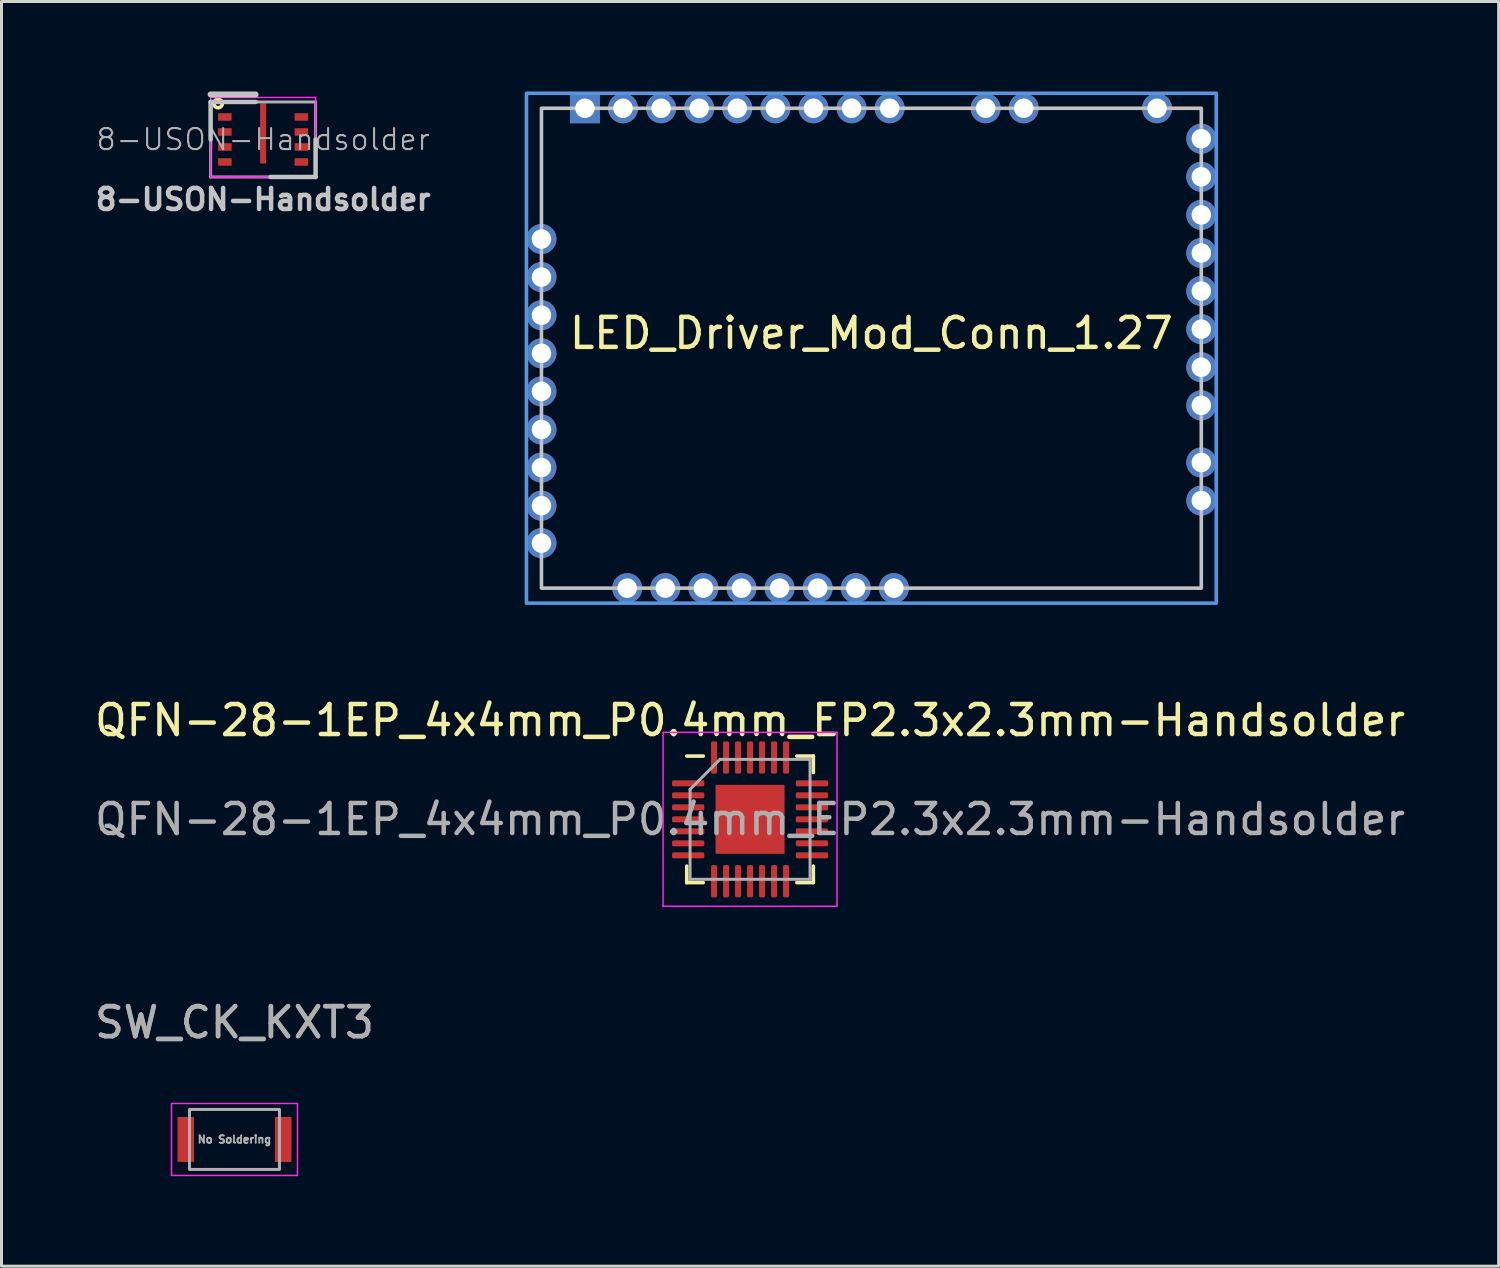
<source format=kicad_pcb>
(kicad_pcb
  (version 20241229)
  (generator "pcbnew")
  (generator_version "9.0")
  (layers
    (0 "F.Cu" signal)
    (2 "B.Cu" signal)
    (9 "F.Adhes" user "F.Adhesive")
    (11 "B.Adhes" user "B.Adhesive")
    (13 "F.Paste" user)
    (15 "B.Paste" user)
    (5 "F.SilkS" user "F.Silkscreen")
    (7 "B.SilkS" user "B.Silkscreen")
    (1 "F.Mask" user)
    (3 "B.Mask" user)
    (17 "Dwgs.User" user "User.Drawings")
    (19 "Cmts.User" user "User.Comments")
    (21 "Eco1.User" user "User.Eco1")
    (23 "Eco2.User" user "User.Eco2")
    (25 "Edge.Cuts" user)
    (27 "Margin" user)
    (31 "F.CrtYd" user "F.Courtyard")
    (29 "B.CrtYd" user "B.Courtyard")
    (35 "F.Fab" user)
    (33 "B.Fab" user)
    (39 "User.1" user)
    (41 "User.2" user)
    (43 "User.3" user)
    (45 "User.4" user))
  (footprint "8-USON-Handsolder"
    (layer "F.Cu")
    (at 5.722 1.6)
    (property "Reference" "8-USON-Handsolder" (at 0 2 0) (layer "Dwgs.User") (effects (font (size 0.7 0.7) (thickness 0.15))))
    (attr smd)
    (fp_circle (center -1.5 -1.2) (end -1.4 -1.1) (stroke (width 0.12) (type solid)) (fill no) (layer "F.SilkS"))
    (fp_line (start -1.75 -1.5) (end -0.25 -1.5) (stroke (width 0.2) (type solid)) (layer "Dwgs.User"))
    (fp_line (start -1.75 -1.25) (end -1.75 0) (stroke (width 0.15) (type solid)) (layer "Dwgs.User"))
    (fp_line (start -0.25 -1.25) (end -1.75 -1.25) (stroke (width 0.15) (type solid)) (layer "Dwgs.User"))
    (fp_line (start 0.25 1.25) (end 1.75 1.25) (stroke (width 0.15) (type solid)) (layer "Dwgs.User"))
    (fp_line (start 1.75 1.25) (end 1.75 0) (stroke (width 0.15) (type solid)) (layer "Dwgs.User"))
    (fp_line (start -1.75 -1.4) (end 1.75 -1.4) (stroke (width 0.05) (type solid)) (layer "F.CrtYd"))
    (fp_line (start -1.75 1.25) (end -1.75 -1.4) (stroke (width 0.05) (type solid)) (layer "F.CrtYd"))
    (fp_line (start 1.75 -1.4) (end 1.75 1.25) (stroke (width 0.05) (type solid)) (layer "F.CrtYd"))
    (fp_line (start 1.75 1.25) (end -1.75 1.25) (stroke (width 0.05) (type solid)) (layer "F.CrtYd"))
    (fp_line (start -1.75 -1.25) (end 1.75 -1.25) (stroke (width 0.1) (type solid)) (layer "F.Fab"))
    (fp_line (start -1.75 1.25) (end -1.75 -1.25) (stroke (width 0.1) (type solid)) (layer "F.Fab"))
    (fp_line (start 1.75 -1.25) (end 1.75 1.25) (stroke (width 0.1) (type solid)) (layer "F.Fab"))
    (fp_line (start 1.75 1.25) (end -1.75 1.25) (stroke (width 0.1) (type solid)) (layer "F.Fab"))
    (fp_text user "${REFERENCE}" (at 0 0 0) (layer "F.Fab") (effects (font (size 0.7 0.7) (thickness 0.07))))
    (pad "1" smd rect (at -1.275 -0.75) (size 0.45 0.25) (layers "F.Cu" "F.Mask" "F.Paste"))
    (pad "2" smd rect (at -1.275 -0.25) (size 0.45 0.25) (layers "F.Cu" "F.Mask" "F.Paste"))
    (pad "3" smd rect (at -1.275 0.25) (size 0.45 0.25) (layers "F.Cu" "F.Mask" "F.Paste"))
    (pad "4" smd rect (at -1.275 0.75) (size 0.45 0.25) (layers "F.Cu" "F.Mask" "F.Paste"))
    (pad "5" smd rect (at 1.275 0.75) (size 0.45 0.25) (layers "F.Cu" "F.Mask" "F.Paste"))
    (pad "6" smd rect (at 1.275 0.25) (size 0.45 0.25) (layers "F.Cu" "F.Mask" "F.Paste"))
    (pad "7" smd rect (at 1.275 -0.25) (size 0.45 0.25) (layers "F.Cu" "F.Mask" "F.Paste"))
    (pad "8" smd rect (at 1.275 -0.75) (size 0.45 0.25) (layers "F.Cu" "F.Mask" "F.Paste"))
    (pad "9" smd rect (at 0 -0.2) (size 0.2 2) (layers "F.Cu" "F.Mask" "F.Paste")))
  (footprint "SW_CK_KXT3"
    (layer "F.Cu")
    (at 4.768 34.941)
    (property "Reference" "SW_CK_KXT3" (at 0 -3.9 0) (layer "F.Fab") (effects (font (size 1 1) (thickness 0.15))))
    (attr smd)
    (fp_rect (start -2.1 1.2) (end 2.1 -1.2) (stroke (width 0.05) (type solid)) (fill no) (layer "F.CrtYd"))
    (fp_rect (start -1.5 1) (end 1.5 -1) (stroke (width 0.1) (type solid)) (fill no) (layer "F.Fab"))
    (fp_text user "No Soldering" (at 0 0 0) (unlocked yes) (layer "F.Fab") (effects (font (size 0.25 0.25) (thickness 0.062))))
    (fp_text user "${REFERENCE}" (at 0 -3.9 0) (layer "F.Fab") (effects (font (size 1 1) (thickness 0.15))))
    (pad "1" smd rect (at -1.625 0) (size 0.55 1.5) (layers "F.Cu" "F.Mask" "F.Paste"))
    (pad "2" smd rect (at 1.625 0) (size 0.55 1.5) (layers "F.Cu" "F.Mask" "F.Paste")))
  (footprint "QFN-28-1EP_4x4mm_P0.4mm_EP2.3x2.3mm-Handsolder"
    (layer "F.Cu")
    (at 21.958 24.268)
    (property "Reference" "QFN-28-1EP_4x4mm_P0.4mm_EP2.3x2.3mm-Handsolder" (at 0 -3.3 0) (layer "F.SilkS") (effects (font (size 1 1) (thickness 0.15))))
    (attr smd)
    (fp_line (start -2.11 2.11) (end -2.11 1.56) (stroke (width 0.12) (type solid)) (layer "F.SilkS"))
    (fp_line (start -1.56 -2.11) (end -2.11 -2.11) (stroke (width 0.12) (type solid)) (layer "F.SilkS"))
    (fp_line (start -1.56 2.11) (end -2.11 2.11) (stroke (width 0.12) (type solid)) (layer "F.SilkS"))
    (fp_line (start 1.56 -2.11) (end 2.11 -2.11) (stroke (width 0.12) (type solid)) (layer "F.SilkS"))
    (fp_line (start 1.56 2.11) (end 2.11 2.11) (stroke (width 0.12) (type solid)) (layer "F.SilkS"))
    (fp_line (start 2.11 -2.11) (end 2.11 -1.56) (stroke (width 0.12) (type solid)) (layer "F.SilkS"))
    (fp_line (start 2.11 2.11) (end 2.11 1.56) (stroke (width 0.12) (type solid)) (layer "F.SilkS"))
    (fp_line (start -2.9 -2.9) (end -2.9 2.9) (stroke (width 0.05) (type solid)) (layer "F.CrtYd"))
    (fp_line (start -2.9 2.9) (end 2.9 2.9) (stroke (width 0.05) (type solid)) (layer "F.CrtYd"))
    (fp_line (start 2.9 -2.9) (end -2.9 -2.9) (stroke (width 0.05) (type solid)) (layer "F.CrtYd"))
    (fp_line (start 2.9 2.9) (end 2.9 -2.9) (stroke (width 0.05) (type solid)) (layer "F.CrtYd"))
    (fp_line (start -2 -1) (end -1 -2) (stroke (width 0.1) (type solid)) (layer "F.Fab"))
    (fp_line (start -2 2) (end -2 -1) (stroke (width 0.1) (type solid)) (layer "F.Fab"))
    (fp_line (start -1 -2) (end 2 -2) (stroke (width 0.1) (type solid)) (layer "F.Fab"))
    (fp_line (start 2 -2) (end 2 2) (stroke (width 0.1) (type solid)) (layer "F.Fab"))
    (fp_line (start 2 2) (end -2 2) (stroke (width 0.1) (type solid)) (layer "F.Fab"))
    (fp_text user "${REFERENCE}" (at 0 0 0) (layer "F.Fab") (effects (font (size 1 1) (thickness 0.15))))
    (pad "" smd roundrect (at -0.575 -0.575) (size 0.93 0.93) (layers "F.Paste") (roundrect_rratio 0.25))
    (pad "" smd roundrect (at -0.575 0.575) (size 0.93 0.93) (layers "F.Paste") (roundrect_rratio 0.25))
    (pad "" smd roundrect (at 0.575 -0.575) (size 0.93 0.93) (layers "F.Paste") (roundrect_rratio 0.25))
    (pad "" smd roundrect (at 0.575 0.575) (size 0.93 0.93) (layers "F.Paste") (roundrect_rratio 0.25))
    (pad "1" smd roundrect (at -2.062 -1.2) (size 1.075 0.2) (layers "F.Cu" "F.Mask" "F.Paste") (roundrect_rratio 0.25))
    (pad "2" smd roundrect (at -2.062 -0.8) (size 1.075 0.2) (layers "F.Cu" "F.Mask" "F.Paste") (roundrect_rratio 0.25))
    (pad "3" smd roundrect (at -2.062 -0.4) (size 1.075 0.2) (layers "F.Cu" "F.Mask" "F.Paste") (roundrect_rratio 0.25))
    (pad "4" smd roundrect (at -2.062 0) (size 1.075 0.2) (layers "F.Cu" "F.Mask" "F.Paste") (roundrect_rratio 0.25))
    (pad "5" smd roundrect (at -2.062 0.4) (size 1.075 0.2) (layers "F.Cu" "F.Mask" "F.Paste") (roundrect_rratio 0.25))
    (pad "6" smd roundrect (at -2.062 0.8) (size 1.075 0.2) (layers "F.Cu" "F.Mask" "F.Paste") (roundrect_rratio 0.25))
    (pad "7" smd roundrect (at -2.062 1.2) (size 1.075 0.2) (layers "F.Cu" "F.Mask" "F.Paste") (roundrect_rratio 0.25))
    (pad "8" smd roundrect (at -1.2 2.062) (size 0.2 1.075) (layers "F.Cu" "F.Mask" "F.Paste") (roundrect_rratio 0.25))
    (pad "9" smd roundrect (at -0.8 2.062) (size 0.2 1.075) (layers "F.Cu" "F.Mask" "F.Paste") (roundrect_rratio 0.25))
    (pad "10" smd roundrect (at -0.4 2.062) (size 0.2 1.075) (layers "F.Cu" "F.Mask" "F.Paste") (roundrect_rratio 0.25))
    (pad "11" smd roundrect (at 0 2.062) (size 0.2 1.075) (layers "F.Cu" "F.Mask" "F.Paste") (roundrect_rratio 0.25))
    (pad "12" smd roundrect (at 0.4 2.062) (size 0.2 1.075) (layers "F.Cu" "F.Mask" "F.Paste") (roundrect_rratio 0.25))
    (pad "13" smd roundrect (at 0.8 2.062) (size 0.2 1.075) (layers "F.Cu" "F.Mask" "F.Paste") (roundrect_rratio 0.25))
    (pad "14" smd roundrect (at 1.2 2.062) (size 0.2 1.075) (layers "F.Cu" "F.Mask" "F.Paste") (roundrect_rratio 0.25))
    (pad "15" smd roundrect (at 2.062 1.2) (size 1.075 0.2) (layers "F.Cu" "F.Mask" "F.Paste") (roundrect_rratio 0.25))
    (pad "16" smd roundrect (at 2.062 0.8) (size 1.075 0.2) (layers "F.Cu" "F.Mask" "F.Paste") (roundrect_rratio 0.25))
    (pad "17" smd roundrect (at 2.062 0.4) (size 1.075 0.2) (layers "F.Cu" "F.Mask" "F.Paste") (roundrect_rratio 0.25))
    (pad "18" smd roundrect (at 2.062 0) (size 1.075 0.2) (layers "F.Cu" "F.Mask" "F.Paste") (roundrect_rratio 0.25))
    (pad "19" smd roundrect (at 2.062 -0.4) (size 1.075 0.2) (layers "F.Cu" "F.Mask" "F.Paste") (roundrect_rratio 0.25))
    (pad "20" smd roundrect (at 2.062 -0.8) (size 1.075 0.2) (layers "F.Cu" "F.Mask" "F.Paste") (roundrect_rratio 0.25))
    (pad "21" smd roundrect (at 2.062 -1.2) (size 1.075 0.2) (layers "F.Cu" "F.Mask" "F.Paste") (roundrect_rratio 0.25))
    (pad "22" smd roundrect (at 1.2 -2.062) (size 0.2 1.075) (layers "F.Cu" "F.Mask" "F.Paste") (roundrect_rratio 0.25))
    (pad "23" smd roundrect (at 0.8 -2.062) (size 0.2 1.075) (layers "F.Cu" "F.Mask" "F.Paste") (roundrect_rratio 0.25))
    (pad "24" smd roundrect (at 0.4 -2.062) (size 0.2 1.075) (layers "F.Cu" "F.Mask" "F.Paste") (roundrect_rratio 0.25))
    (pad "25" smd roundrect (at 0 -2.062) (size 0.2 1.075) (layers "F.Cu" "F.Mask" "F.Paste") (roundrect_rratio 0.25))
    (pad "26" smd roundrect (at -0.4 -2.062) (size 0.2 1.075) (layers "F.Cu" "F.Mask" "F.Paste") (roundrect_rratio 0.25))
    (pad "27" smd roundrect (at -0.8 -2.062) (size 0.2 1.075) (layers "F.Cu" "F.Mask" "F.Paste") (roundrect_rratio 0.25))
    (pad "28" smd roundrect (at -1.2 -2.062) (size 0.2 1.075) (layers "F.Cu" "F.Mask" "F.Paste") (roundrect_rratio 0.25))
    (pad "29" smd rect (at 0 0) (size 2.3 2.3) (layers "F.Cu" "F.Mask")))
  (footprint "LED_Driver_Mod_Conn_1.27"
    (layer "F.Cu")
    (at 26.003 8.56)
    (property "Reference" "LED_Driver_Mod_Conn_1.27" (at 0 -0.5 0) (unlocked yes) (layer "F.SilkS") (effects (font (size 1 1) (thickness 0.15))))
    (attr smd)
    (fp_rect (start -11 -8) (end 11 8) (stroke (width 0.12) (type solid)) (fill no) (layer "Dwgs.User"))
    (fp_rect (start -11.5 -8.5) (end 11.5 8.5) (stroke (width 0.12) (type solid)) (fill no) (layer "Cmts.User"))
    (pad "1" thru_hole rect (at -9.55 -8 90) (size 1 1) (drill 0.65) (layers "*.Cu" "*.Mask"))
    (pad "2" thru_hole oval (at -8.28 -8 90) (size 1 1) (drill 0.65) (layers "*.Cu" "*.Mask"))
    (pad "3" thru_hole oval (at -7.01 -8 90) (size 1 1) (drill 0.65) (layers "*.Cu" "*.Mask"))
    (pad "4" thru_hole oval (at -5.74 -8 90) (size 1 1) (drill 0.65) (layers "*.Cu" "*.Mask"))
    (pad "5" thru_hole oval (at -4.47 -8 90) (size 1 1) (drill 0.65) (layers "*.Cu" "*.Mask"))
    (pad "6" thru_hole oval (at -3.2 -8 90) (size 1 1) (drill 0.65) (layers "*.Cu" "*.Mask"))
    (pad "7" thru_hole oval (at -1.93 -8 90) (size 1 1) (drill 0.65) (layers "*.Cu" "*.Mask"))
    (pad "8" thru_hole oval (at -0.66 -8 90) (size 1 1) (drill 0.65) (layers "*.Cu" "*.Mask"))
    (pad "9" thru_hole oval (at 0.61 -8 90) (size 1 1) (drill 0.65) (layers "*.Cu" "*.Mask"))
    (pad "10" thru_hole oval (at 9.525 -8 90) (size 1 1) (drill 0.65) (layers "*.Cu" "*.Mask"))
    (pad "11" thru_hole oval (at 11 -6.985 90) (size 1 1) (drill 0.65) (layers "*.Cu" "*.Mask"))
    (pad "12" thru_hole oval (at 11 -5.715 90) (size 1 1) (drill 0.65) (layers "*.Cu" "*.Mask"))
    (pad "13" thru_hole oval (at 11 -4.445 90) (size 1 1) (drill 0.65) (layers "*.Cu" "*.Mask"))
    (pad "14" thru_hole oval (at 11 -3.175 90) (size 1 1) (drill 0.65) (layers "*.Cu" "*.Mask"))
    (pad "15" thru_hole oval (at 11 -1.905 90) (size 1 1) (drill 0.65) (layers "*.Cu" "*.Mask"))
    (pad "16" thru_hole oval (at 11 -0.635 90) (size 1 1) (drill 0.65) (layers "*.Cu" "*.Mask"))
    (pad "17" thru_hole oval (at 11 0.635) (size 1 1) (drill 0.65) (layers "*.Cu" "*.Mask"))
    (pad "18" thru_hole oval (at 11 1.905) (size 1 1) (drill 0.65) (layers "*.Cu" "*.Mask"))
    (pad "19" thru_hole oval (at 11 3.81) (size 1 1) (drill 0.65) (layers "*.Cu" "*.Mask"))
    (pad "20" thru_hole oval (at 11 5.08) (size 1 1) (drill 0.65) (layers "*.Cu" "*.Mask"))
    (pad "21" thru_hole oval (at 5.08 -8) (size 1 1) (drill 0.65) (layers "*.Cu" "*.Mask"))
    (pad "22" thru_hole oval (at 3.81 -8) (size 1 1) (drill 0.65) (layers "*.Cu" "*.Mask"))
    (pad "23" thru_hole oval (at -8.14 8 90) (size 1 1) (drill 0.65) (layers "*.Cu" "*.Mask"))
    (pad "24" thru_hole oval (at -6.87 8 90) (size 1 1) (drill 0.65) (layers "*.Cu" "*.Mask"))
    (pad "25" thru_hole oval (at -5.6 8 90) (size 1 1) (drill 0.65) (layers "*.Cu" "*.Mask"))
    (pad "26" thru_hole oval (at -4.33 8 90) (size 1 1) (drill 0.65) (layers "*.Cu" "*.Mask"))
    (pad "27" thru_hole oval (at -3.06 8 90) (size 1 1) (drill 0.65) (layers "*.Cu" "*.Mask"))
    (pad "28" thru_hole oval (at -1.79 8 90) (size 1 1) (drill 0.65) (layers "*.Cu" "*.Mask"))
    (pad "29" thru_hole oval (at -0.52 8 90) (size 1 1) (drill 0.65) (layers "*.Cu" "*.Mask"))
    (pad "30" thru_hole oval (at 0.75 8 90) (size 1 1) (drill 0.65) (layers "*.Cu" "*.Mask"))
    (pad "31" thru_hole oval (at -11 -3.64) (size 1 1) (drill 0.65) (layers "*.Cu" "*.Mask"))
    (pad "32" thru_hole oval (at -11 -2.37) (size 1 1) (drill 0.65) (layers "*.Cu" "*.Mask"))
    (pad "33" thru_hole oval (at -11 -1.1) (size 1 1) (drill 0.65) (layers "*.Cu" "*.Mask"))
    (pad "34" thru_hole oval (at -11 0.17) (size 1 1) (drill 0.65) (layers "*.Cu" "*.Mask"))
    (pad "35" thru_hole oval (at -11 1.44) (size 1 1) (drill 0.65) (layers "*.Cu" "*.Mask"))
    (pad "36" thru_hole oval (at -11 2.71) (size 1 1) (drill 0.65) (layers "*.Cu" "*.Mask"))
    (pad "37" thru_hole oval (at -11 3.98) (size 1 1) (drill 0.65) (layers "*.Cu" "*.Mask"))
    (pad "38" thru_hole oval (at -11 5.25) (size 1 1) (drill 0.65) (layers "*.Cu" "*.Mask"))
    (pad "39" thru_hole oval (at -11 6.5) (size 1 1) (drill 0.65) (layers "*.Cu" "*.Mask")))
  (gr_rect
    (start -3 -3)
    (end 46.917 39.166)
    (stroke (width 0.1) (type default))
    (fill no)
    (layer "Edge.Cuts")))
</source>
